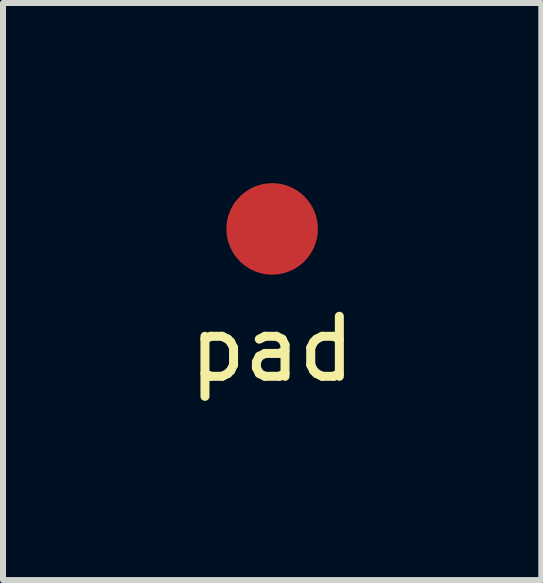
<source format=kicad_pcb>
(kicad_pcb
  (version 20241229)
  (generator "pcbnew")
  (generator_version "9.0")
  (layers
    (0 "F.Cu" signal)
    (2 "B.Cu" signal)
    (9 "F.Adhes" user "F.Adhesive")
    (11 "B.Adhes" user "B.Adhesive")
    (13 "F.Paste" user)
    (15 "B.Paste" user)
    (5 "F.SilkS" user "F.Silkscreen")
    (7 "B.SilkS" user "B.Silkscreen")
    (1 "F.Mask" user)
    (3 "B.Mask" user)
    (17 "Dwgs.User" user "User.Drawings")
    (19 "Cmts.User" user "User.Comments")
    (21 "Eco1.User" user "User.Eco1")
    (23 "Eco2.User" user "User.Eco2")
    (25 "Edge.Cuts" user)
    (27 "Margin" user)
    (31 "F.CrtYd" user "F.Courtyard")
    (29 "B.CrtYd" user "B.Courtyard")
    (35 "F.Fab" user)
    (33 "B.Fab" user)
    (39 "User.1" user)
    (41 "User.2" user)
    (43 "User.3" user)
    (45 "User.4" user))
  (footprint "pad"
    (layer "F.Cu")
    (at 1.482 0.762)
    (property "Reference" "pad" (at 0 2 0) (layer "F.SilkS") (effects (font (size 1 1) (thickness 0.15))))
    (attr through_hole)
    (pad "1" smd circle (at 0 0) (size 1.524 1.524) (layers "F.Cu" "F.Mask" "F.Paste")))
  (gr_rect
    (start -3 -3)
    (end 5.964 6.61)
    (stroke (width 0.1) (type default))
    (fill no)
    (layer "Edge.Cuts")))
</source>
